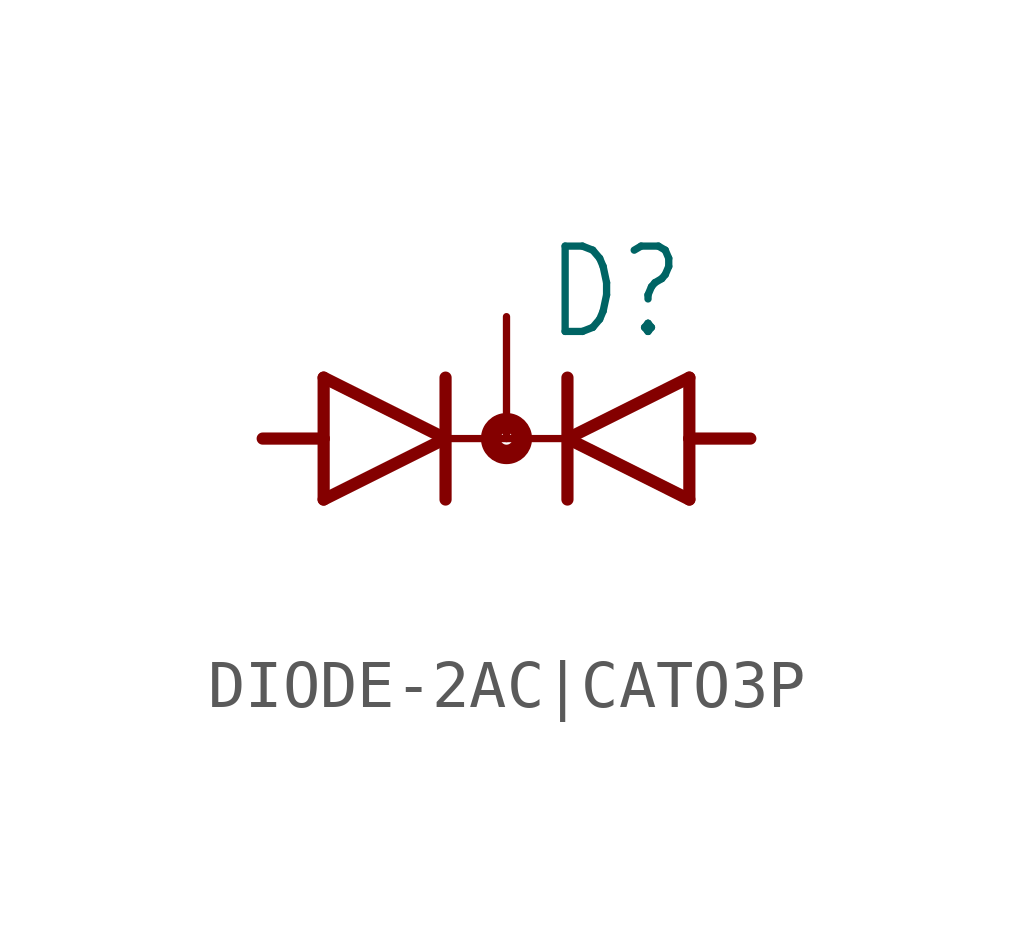
<source format=kicad_sym>
(kicad_symbol_lib
  (version 20231120)
  (generator "kicad_symbol_editor")
  (generator_version "8.0")
  (symbol "DIODE-2AC|CATO3P"
    (property "Reference" "D"
      (at 0.762 2.007 0)
      (effects (font (size 1.778 1.511)) (justify left bottom)))
    (property "Value" ""
      (at -4.826 -3.454 0)
      (effects (font (size 1.778 1.511)) (justify left bottom)))
    (property "ki_locked" ""
      (at 0 0 0)
      (effects (font (size 1.27 1.27))))
    (symbol "DIODE-2AC|CATO3P_1_0"
      (polyline (pts (xy -3.81 -1.27) (xy -1.27 0)) (stroke (width 0.254) (type solid)) (fill (type none)))
      (polyline (pts (xy -3.81 0) (xy -5.08 0)) (stroke (width 0.254) (type solid)) (fill (type none)))
      (polyline (pts (xy -3.81 0) (xy -3.81 -1.27)) (stroke (width 0.254) (type solid)) (fill (type none)))
      (polyline (pts (xy -3.81 1.27) (xy -3.81 0)) (stroke (width 0.254) (type solid)) (fill (type none)))
      (polyline (pts (xy -1.27 0) (xy -3.81 1.27)) (stroke (width 0.254) (type solid)) (fill (type none)))
      (polyline (pts (xy -1.27 0) (xy -1.27 -1.27)) (stroke (width 0.254) (type solid)) (fill (type none)))
      (polyline (pts (xy -1.27 0) (xy 1.27 0)) (stroke (width 0.152) (type solid)) (fill (type none)))
      (polyline (pts (xy -1.27 1.27) (xy -1.27 0)) (stroke (width 0.254) (type solid)) (fill (type none)))
      (polyline (pts (xy 1.27 -1.27) (xy 1.27 0)) (stroke (width 0.254) (type solid)) (fill (type none)))
      (polyline (pts (xy 1.27 0) (xy 1.27 1.27)) (stroke (width 0.254) (type solid)) (fill (type none)))
      (polyline (pts (xy 1.27 0) (xy 3.81 -1.27)) (stroke (width 0.254) (type solid)) (fill (type none)))
      (polyline (pts (xy 3.81 -1.27) (xy 3.81 0)) (stroke (width 0.254) (type solid)) (fill (type none)))
      (polyline (pts (xy 3.81 0) (xy 3.81 1.27)) (stroke (width 0.254) (type solid)) (fill (type none)))
      (polyline (pts (xy 3.81 0) (xy 5.08 0)) (stroke (width 0.254) (type solid)) (fill (type none)))
      (polyline (pts (xy 3.81 1.27) (xy 1.27 0)) (stroke (width 0.254) (type solid)) (fill (type none)))
      (circle (center 0 0) (radius 0.127) (stroke (width 0.406) (type solid)) (fill (type none)))
      (pin passive line (at -5.08 0 0) (length 0) (name "A1" (effects (font (size 0 0)))) (number "1" (effects (font (size 0 0)))))
      (pin passive line (at 0 2.54 270) (length 2.54) (name "C" (effects (font (size 0 0)))) (number "2" (effects (font (size 0 0)))))
      (pin passive line (at 5.08 0 180) (length 0) (name "A2" (effects (font (size 0 0)))) (number "3" (effects (font (size 0 0))))))))
</source>
